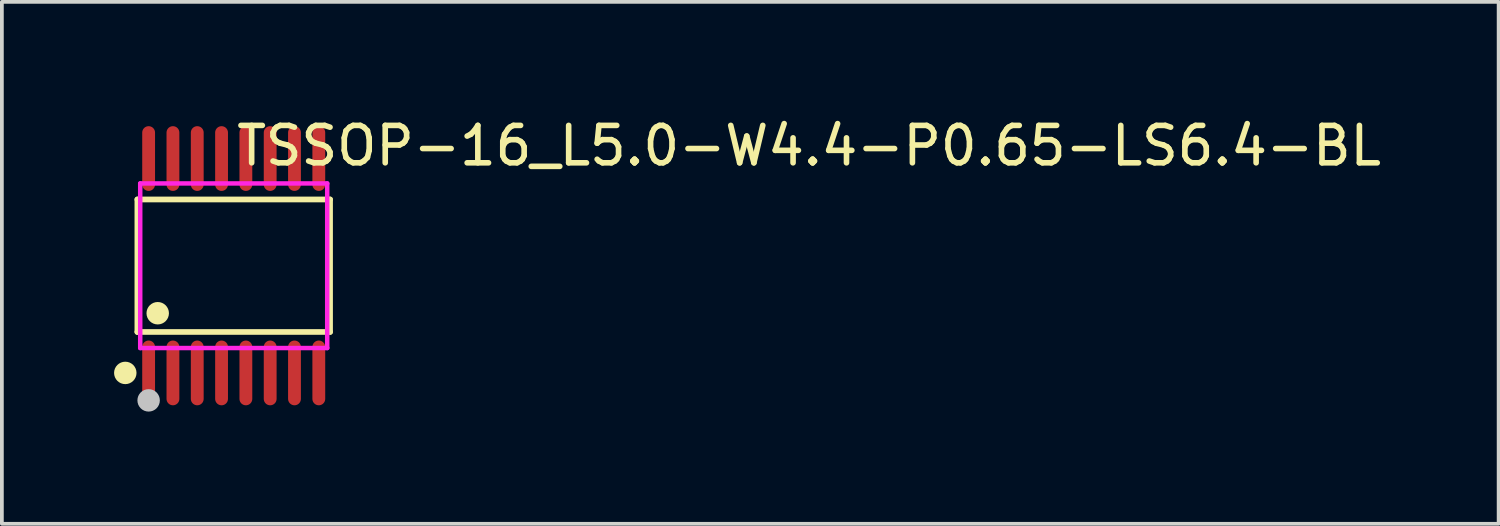
<source format=kicad_pcb>
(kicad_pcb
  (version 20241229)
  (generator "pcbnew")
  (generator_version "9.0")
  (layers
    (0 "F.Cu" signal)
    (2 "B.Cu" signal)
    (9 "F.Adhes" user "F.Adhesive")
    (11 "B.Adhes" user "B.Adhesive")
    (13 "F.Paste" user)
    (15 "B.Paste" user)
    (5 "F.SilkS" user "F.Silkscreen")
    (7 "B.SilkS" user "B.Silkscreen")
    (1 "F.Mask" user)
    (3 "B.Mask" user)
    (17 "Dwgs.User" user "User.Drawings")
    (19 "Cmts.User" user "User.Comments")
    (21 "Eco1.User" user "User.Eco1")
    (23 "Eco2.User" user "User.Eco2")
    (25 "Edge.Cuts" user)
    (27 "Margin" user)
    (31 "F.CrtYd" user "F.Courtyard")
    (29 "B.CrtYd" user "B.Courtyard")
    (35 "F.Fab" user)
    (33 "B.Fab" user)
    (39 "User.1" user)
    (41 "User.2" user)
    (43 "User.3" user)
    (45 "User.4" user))
  (footprint "TSSOP-16_L5.0-W4.4-P0.65-LS6.4-BL"
    (layer "F.Cu")
    (at 3.199 4.055)
    (property "Reference" "TSSOP-16_L5.0-W4.4-P0.65-LS6.4-BL" (at 0 -3.207 0) (layer "F.SilkS") (effects (font (size 1 1) (thickness 0.15)) (justify left)))
    (attr through_hole)
    (fp_line (start -2.576 -1.772) (end 2.576 -1.772) (stroke (width 0.152) (type solid)) (layer "F.SilkS"))
    (fp_line (start -2.576 1.771) (end -2.576 -1.772) (stroke (width 0.152) (type solid)) (layer "F.SilkS"))
    (fp_line (start 2.576 -1.772) (end 2.576 1.771) (stroke (width 0.152) (type solid)) (layer "F.SilkS"))
    (fp_line (start 2.576 1.771) (end -2.576 1.771) (stroke (width 0.152) (type solid)) (layer "F.SilkS"))
    (fp_circle (center -2.899 2.866) (end -2.749 2.866) (stroke (width 0.3) (type solid)) (fill no) (layer "F.SilkS"))
    (fp_circle (center -2.032 1.27) (end -1.882 1.27) (stroke (width 0.3) (type solid)) (fill no) (layer "F.SilkS"))
    (fp_circle (center -2.275 3.6) (end -2.125 3.6) (stroke (width 0.3) (type solid)) (fill no) (layer "Dwgs.User"))
    (fp_line (start -2.398 -2.61) (end -2.398 -2.19) (stroke (width 0.12) (type solid)) (layer "Eco2.User"))
    (fp_line (start -2.398 -2.19) (end -2.152 -2.19) (stroke (width 0.12) (type solid)) (layer "Eco2.User"))
    (fp_line (start -2.398 2.19) (end -2.152 2.19) (stroke (width 0.12) (type solid)) (layer "Eco2.User"))
    (fp_line (start -2.398 2.61) (end -2.398 2.19) (stroke (width 0.12) (type solid)) (layer "Eco2.User"))
    (fp_line (start -2.152 -2.61) (end -2.398 -2.61) (stroke (width 0.12) (type solid)) (layer "Eco2.User"))
    (fp_line (start -2.152 -2.19) (end -2.152 -2.61) (stroke (width 0.12) (type solid)) (layer "Eco2.User"))
    (fp_line (start -2.152 2.19) (end -2.152 2.61) (stroke (width 0.12) (type solid)) (layer "Eco2.User"))
    (fp_line (start -2.152 2.61) (end -2.398 2.61) (stroke (width 0.12) (type solid)) (layer "Eco2.User"))
    (fp_line (start -1.747 -2.61) (end -1.747 -2.19) (stroke (width 0.12) (type solid)) (layer "Eco2.User"))
    (fp_line (start -1.747 -2.19) (end -1.503 -2.19) (stroke (width 0.12) (type solid)) (layer "Eco2.User"))
    (fp_line (start -1.747 2.19) (end -1.503 2.19) (stroke (width 0.12) (type solid)) (layer "Eco2.User"))
    (fp_line (start -1.747 2.61) (end -1.747 2.19) (stroke (width 0.12) (type solid)) (layer "Eco2.User"))
    (fp_line (start -1.503 -2.61) (end -1.747 -2.61) (stroke (width 0.12) (type solid)) (layer "Eco2.User"))
    (fp_line (start -1.503 -2.19) (end -1.503 -2.61) (stroke (width 0.12) (type solid)) (layer "Eco2.User"))
    (fp_line (start -1.503 2.19) (end -1.503 2.61) (stroke (width 0.12) (type solid)) (layer "Eco2.User"))
    (fp_line (start -1.503 2.61) (end -1.747 2.61) (stroke (width 0.12) (type solid)) (layer "Eco2.User"))
    (fp_line (start -1.098 -2.61) (end -1.098 -2.19) (stroke (width 0.12) (type solid)) (layer "Eco2.User"))
    (fp_line (start -1.098 -2.19) (end -0.853 -2.19) (stroke (width 0.12) (type solid)) (layer "Eco2.User"))
    (fp_line (start -1.098 2.19) (end -0.853 2.19) (stroke (width 0.12) (type solid)) (layer "Eco2.User"))
    (fp_line (start -1.098 2.61) (end -1.098 2.19) (stroke (width 0.12) (type solid)) (layer "Eco2.User"))
    (fp_line (start -0.853 -2.61) (end -1.098 -2.61) (stroke (width 0.12) (type solid)) (layer "Eco2.User"))
    (fp_line (start -0.853 -2.19) (end -0.853 -2.61) (stroke (width 0.12) (type solid)) (layer "Eco2.User"))
    (fp_line (start -0.853 2.19) (end -0.853 2.61) (stroke (width 0.12) (type solid)) (layer "Eco2.User"))
    (fp_line (start -0.853 2.61) (end -1.098 2.61) (stroke (width 0.12) (type solid)) (layer "Eco2.User"))
    (fp_line (start -0.447 -2.61) (end -0.447 -2.19) (stroke (width 0.12) (type solid)) (layer "Eco2.User"))
    (fp_line (start -0.447 -2.19) (end -0.202 -2.19) (stroke (width 0.12) (type solid)) (layer "Eco2.User"))
    (fp_line (start -0.447 2.19) (end -0.202 2.19) (stroke (width 0.12) (type solid)) (layer "Eco2.User"))
    (fp_line (start -0.447 2.61) (end -0.447 2.19) (stroke (width 0.12) (type solid)) (layer "Eco2.User"))
    (fp_line (start -0.202 -2.61) (end -0.447 -2.61) (stroke (width 0.12) (type solid)) (layer "Eco2.User"))
    (fp_line (start -0.202 -2.19) (end -0.202 -2.61) (stroke (width 0.12) (type solid)) (layer "Eco2.User"))
    (fp_line (start -0.202 2.19) (end -0.202 2.61) (stroke (width 0.12) (type solid)) (layer "Eco2.User"))
    (fp_line (start -0.202 2.61) (end -0.447 2.61) (stroke (width 0.12) (type solid)) (layer "Eco2.User"))
    (fp_line (start 0.202 -2.61) (end 0.202 -2.19) (stroke (width 0.12) (type solid)) (layer "Eco2.User"))
    (fp_line (start 0.202 -2.19) (end 0.447 -2.19) (stroke (width 0.12) (type solid)) (layer "Eco2.User"))
    (fp_line (start 0.202 2.19) (end 0.447 2.19) (stroke (width 0.12) (type solid)) (layer "Eco2.User"))
    (fp_line (start 0.202 2.61) (end 0.202 2.19) (stroke (width 0.12) (type solid)) (layer "Eco2.User"))
    (fp_line (start 0.447 -2.61) (end 0.202 -2.61) (stroke (width 0.12) (type solid)) (layer "Eco2.User"))
    (fp_line (start 0.447 -2.19) (end 0.447 -2.61) (stroke (width 0.12) (type solid)) (layer "Eco2.User"))
    (fp_line (start 0.447 2.19) (end 0.447 2.61) (stroke (width 0.12) (type solid)) (layer "Eco2.User"))
    (fp_line (start 0.447 2.61) (end 0.202 2.61) (stroke (width 0.12) (type solid)) (layer "Eco2.User"))
    (fp_line (start 0.853 -2.61) (end 0.853 -2.19) (stroke (width 0.12) (type solid)) (layer "Eco2.User"))
    (fp_line (start 0.853 -2.19) (end 1.098 -2.19) (stroke (width 0.12) (type solid)) (layer "Eco2.User"))
    (fp_line (start 0.853 2.19) (end 1.098 2.19) (stroke (width 0.12) (type solid)) (layer "Eco2.User"))
    (fp_line (start 0.853 2.61) (end 0.853 2.19) (stroke (width 0.12) (type solid)) (layer "Eco2.User"))
    (fp_line (start 1.098 -2.61) (end 0.853 -2.61) (stroke (width 0.12) (type solid)) (layer "Eco2.User"))
    (fp_line (start 1.098 -2.19) (end 1.098 -2.61) (stroke (width 0.12) (type solid)) (layer "Eco2.User"))
    (fp_line (start 1.098 2.19) (end 1.098 2.61) (stroke (width 0.12) (type solid)) (layer "Eco2.User"))
    (fp_line (start 1.098 2.61) (end 0.853 2.61) (stroke (width 0.12) (type solid)) (layer "Eco2.User"))
    (fp_line (start 1.503 -2.61) (end 1.503 -2.19) (stroke (width 0.12) (type solid)) (layer "Eco2.User"))
    (fp_line (start 1.503 -2.19) (end 1.747 -2.19) (stroke (width 0.12) (type solid)) (layer "Eco2.User"))
    (fp_line (start 1.503 2.19) (end 1.747 2.19) (stroke (width 0.12) (type solid)) (layer "Eco2.User"))
    (fp_line (start 1.503 2.61) (end 1.503 2.19) (stroke (width 0.12) (type solid)) (layer "Eco2.User"))
    (fp_line (start 1.747 -2.61) (end 1.503 -2.61) (stroke (width 0.12) (type solid)) (layer "Eco2.User"))
    (fp_line (start 1.747 -2.19) (end 1.747 -2.61) (stroke (width 0.12) (type solid)) (layer "Eco2.User"))
    (fp_line (start 1.747 2.19) (end 1.747 2.61) (stroke (width 0.12) (type solid)) (layer "Eco2.User"))
    (fp_line (start 1.747 2.61) (end 1.503 2.61) (stroke (width 0.12) (type solid)) (layer "Eco2.User"))
    (fp_line (start 2.152 -2.61) (end 2.152 -2.19) (stroke (width 0.12) (type solid)) (layer "Eco2.User"))
    (fp_line (start 2.152 -2.19) (end 2.398 -2.19) (stroke (width 0.12) (type solid)) (layer "Eco2.User"))
    (fp_line (start 2.152 2.19) (end 2.398 2.19) (stroke (width 0.12) (type solid)) (layer "Eco2.User"))
    (fp_line (start 2.152 2.61) (end 2.152 2.19) (stroke (width 0.12) (type solid)) (layer "Eco2.User"))
    (fp_line (start 2.398 -2.61) (end 2.152 -2.61) (stroke (width 0.12) (type solid)) (layer "Eco2.User"))
    (fp_line (start 2.398 -2.19) (end 2.398 -2.61) (stroke (width 0.12) (type solid)) (layer "Eco2.User"))
    (fp_line (start 2.398 2.19) (end 2.398 2.61) (stroke (width 0.12) (type solid)) (layer "Eco2.User"))
    (fp_line (start 2.398 2.61) (end 2.152 2.61) (stroke (width 0.12) (type solid)) (layer "Eco2.User"))
    (fp_circle (center -2.5 3.2) (end -2.47 3.2) (stroke (width 0.06) (type solid)) (fill no) (layer "Eco2.User"))
    (fp_poly (pts (xy -2.398 -3.2) (xy -2.398 -2.6) (xy -2.152 -2.6) (xy -2.152 -3.2)) (stroke (width 0.12) (type solid)) (fill no) (layer "Eco2.User"))
    (fp_poly (pts (xy -2.398 3.2) (xy -2.398 2.6) (xy -2.152 2.6) (xy -2.152 3.2)) (stroke (width 0.12) (type solid)) (fill no) (layer "Eco2.User"))
    (fp_poly (pts (xy -1.747 -3.2) (xy -1.747 -2.6) (xy -1.503 -2.6) (xy -1.503 -3.2)) (stroke (width 0.12) (type solid)) (fill no) (layer "Eco2.User"))
    (fp_poly (pts (xy -1.747 3.2) (xy -1.747 2.6) (xy -1.503 2.6) (xy -1.503 3.2)) (stroke (width 0.12) (type solid)) (fill no) (layer "Eco2.User"))
    (fp_poly (pts (xy -1.098 -3.2) (xy -1.098 -2.6) (xy -0.853 -2.6) (xy -0.853 -3.2)) (stroke (width 0.12) (type solid)) (fill no) (layer "Eco2.User"))
    (fp_poly (pts (xy -1.098 3.2) (xy -1.098 2.6) (xy -0.853 2.6) (xy -0.853 3.2)) (stroke (width 0.12) (type solid)) (fill no) (layer "Eco2.User"))
    (fp_poly (pts (xy -0.447 -3.2) (xy -0.447 -2.6) (xy -0.202 -2.6) (xy -0.202 -3.2)) (stroke (width 0.12) (type solid)) (fill no) (layer "Eco2.User"))
    (fp_poly (pts (xy -0.447 3.2) (xy -0.447 2.6) (xy -0.202 2.6) (xy -0.202 3.2)) (stroke (width 0.12) (type solid)) (fill no) (layer "Eco2.User"))
    (fp_poly (pts (xy 0.202 -3.2) (xy 0.202 -2.6) (xy 0.447 -2.6) (xy 0.447 -3.2)) (stroke (width 0.12) (type solid)) (fill no) (layer "Eco2.User"))
    (fp_poly (pts (xy 0.202 3.2) (xy 0.202 2.6) (xy 0.447 2.6) (xy 0.447 3.2)) (stroke (width 0.12) (type solid)) (fill no) (layer "Eco2.User"))
    (fp_poly (pts (xy 0.853 -3.2) (xy 0.853 -2.6) (xy 1.098 -2.6) (xy 1.098 -3.2)) (stroke (width 0.12) (type solid)) (fill no) (layer "Eco2.User"))
    (fp_poly (pts (xy 0.853 3.2) (xy 0.853 2.6) (xy 1.098 2.6) (xy 1.098 3.2)) (stroke (width 0.12) (type solid)) (fill no) (layer "Eco2.User"))
    (fp_poly (pts (xy 1.503 -3.2) (xy 1.503 -2.6) (xy 1.747 -2.6) (xy 1.747 -3.2)) (stroke (width 0.12) (type solid)) (fill no) (layer "Eco2.User"))
    (fp_poly (pts (xy 1.503 3.2) (xy 1.503 2.6) (xy 1.747 2.6) (xy 1.747 3.2)) (stroke (width 0.12) (type solid)) (fill no) (layer "Eco2.User"))
    (fp_poly (pts (xy 2.152 -3.2) (xy 2.152 -2.6) (xy 2.398 -2.6) (xy 2.398 -3.2)) (stroke (width 0.12) (type solid)) (fill no) (layer "Eco2.User"))
    (fp_poly (pts (xy 2.152 3.2) (xy 2.152 2.6) (xy 2.398 2.6) (xy 2.398 3.2)) (stroke (width 0.12) (type solid)) (fill no) (layer "Eco2.User"))
    (fp_line (start -2.5 -2.2) (end 2.5 -2.2) (stroke (width 0.12) (type solid)) (layer "F.CrtYd"))
    (fp_line (start -2.5 2.2) (end -2.5 -2.2) (stroke (width 0.12) (type solid)) (layer "F.CrtYd"))
    (fp_line (start 2.5 -2.2) (end 2.5 2.2) (stroke (width 0.12) (type solid)) (layer "F.CrtYd"))
    (fp_line (start 2.5 2.2) (end -2.5 2.2) (stroke (width 0.12) (type solid)) (layer "F.CrtYd"))
    (pad "1" smd oval (at -2.275 2.866) (size 0.343 1.731) (layers "F.Cu" "F.Mask" "F.Paste"))
    (pad "2" smd oval (at -1.625 2.866) (size 0.343 1.731) (layers "F.Cu" "F.Mask" "F.Paste"))
    (pad "3" smd oval (at -0.975 2.866) (size 0.343 1.731) (layers "F.Cu" "F.Mask" "F.Paste"))
    (pad "4" smd oval (at -0.325 2.866) (size 0.343 1.731) (layers "F.Cu" "F.Mask" "F.Paste"))
    (pad "5" smd oval (at 0.325 2.866) (size 0.343 1.731) (layers "F.Cu" "F.Mask" "F.Paste"))
    (pad "6" smd oval (at 0.975 2.866) (size 0.343 1.731) (layers "F.Cu" "F.Mask" "F.Paste"))
    (pad "7" smd oval (at 1.625 2.866) (size 0.343 1.731) (layers "F.Cu" "F.Mask" "F.Paste"))
    (pad "8" smd oval (at 2.275 2.866) (size 0.343 1.731) (layers "F.Cu" "F.Mask" "F.Paste"))
    (pad "9" smd oval (at 2.275 -2.866) (size 0.343 1.731) (layers "F.Cu" "F.Mask" "F.Paste"))
    (pad "10" smd oval (at 1.625 -2.866) (size 0.343 1.731) (layers "F.Cu" "F.Mask" "F.Paste"))
    (pad "11" smd oval (at 0.975 -2.866) (size 0.343 1.731) (layers "F.Cu" "F.Mask" "F.Paste"))
    (pad "12" smd oval (at 0.325 -2.866) (size 0.343 1.731) (layers "F.Cu" "F.Mask" "F.Paste"))
    (pad "13" smd oval (at -0.325 -2.866) (size 0.343 1.731) (layers "F.Cu" "F.Mask" "F.Paste"))
    (pad "14" smd oval (at -0.975 -2.866) (size 0.343 1.731) (layers "F.Cu" "F.Mask" "F.Paste"))
    (pad "15" smd oval (at -1.625 -2.866) (size 0.343 1.731) (layers "F.Cu" "F.Mask" "F.Paste"))
    (pad "16" smd oval (at -2.275 -2.866) (size 0.343 1.731) (layers "F.Cu" "F.Mask" "F.Paste")))
  (gr_rect
    (start -3 -3)
    (end 37.02 10.955)
    (stroke (width 0.1) (type default))
    (fill no)
    (layer "Edge.Cuts")))
</source>
